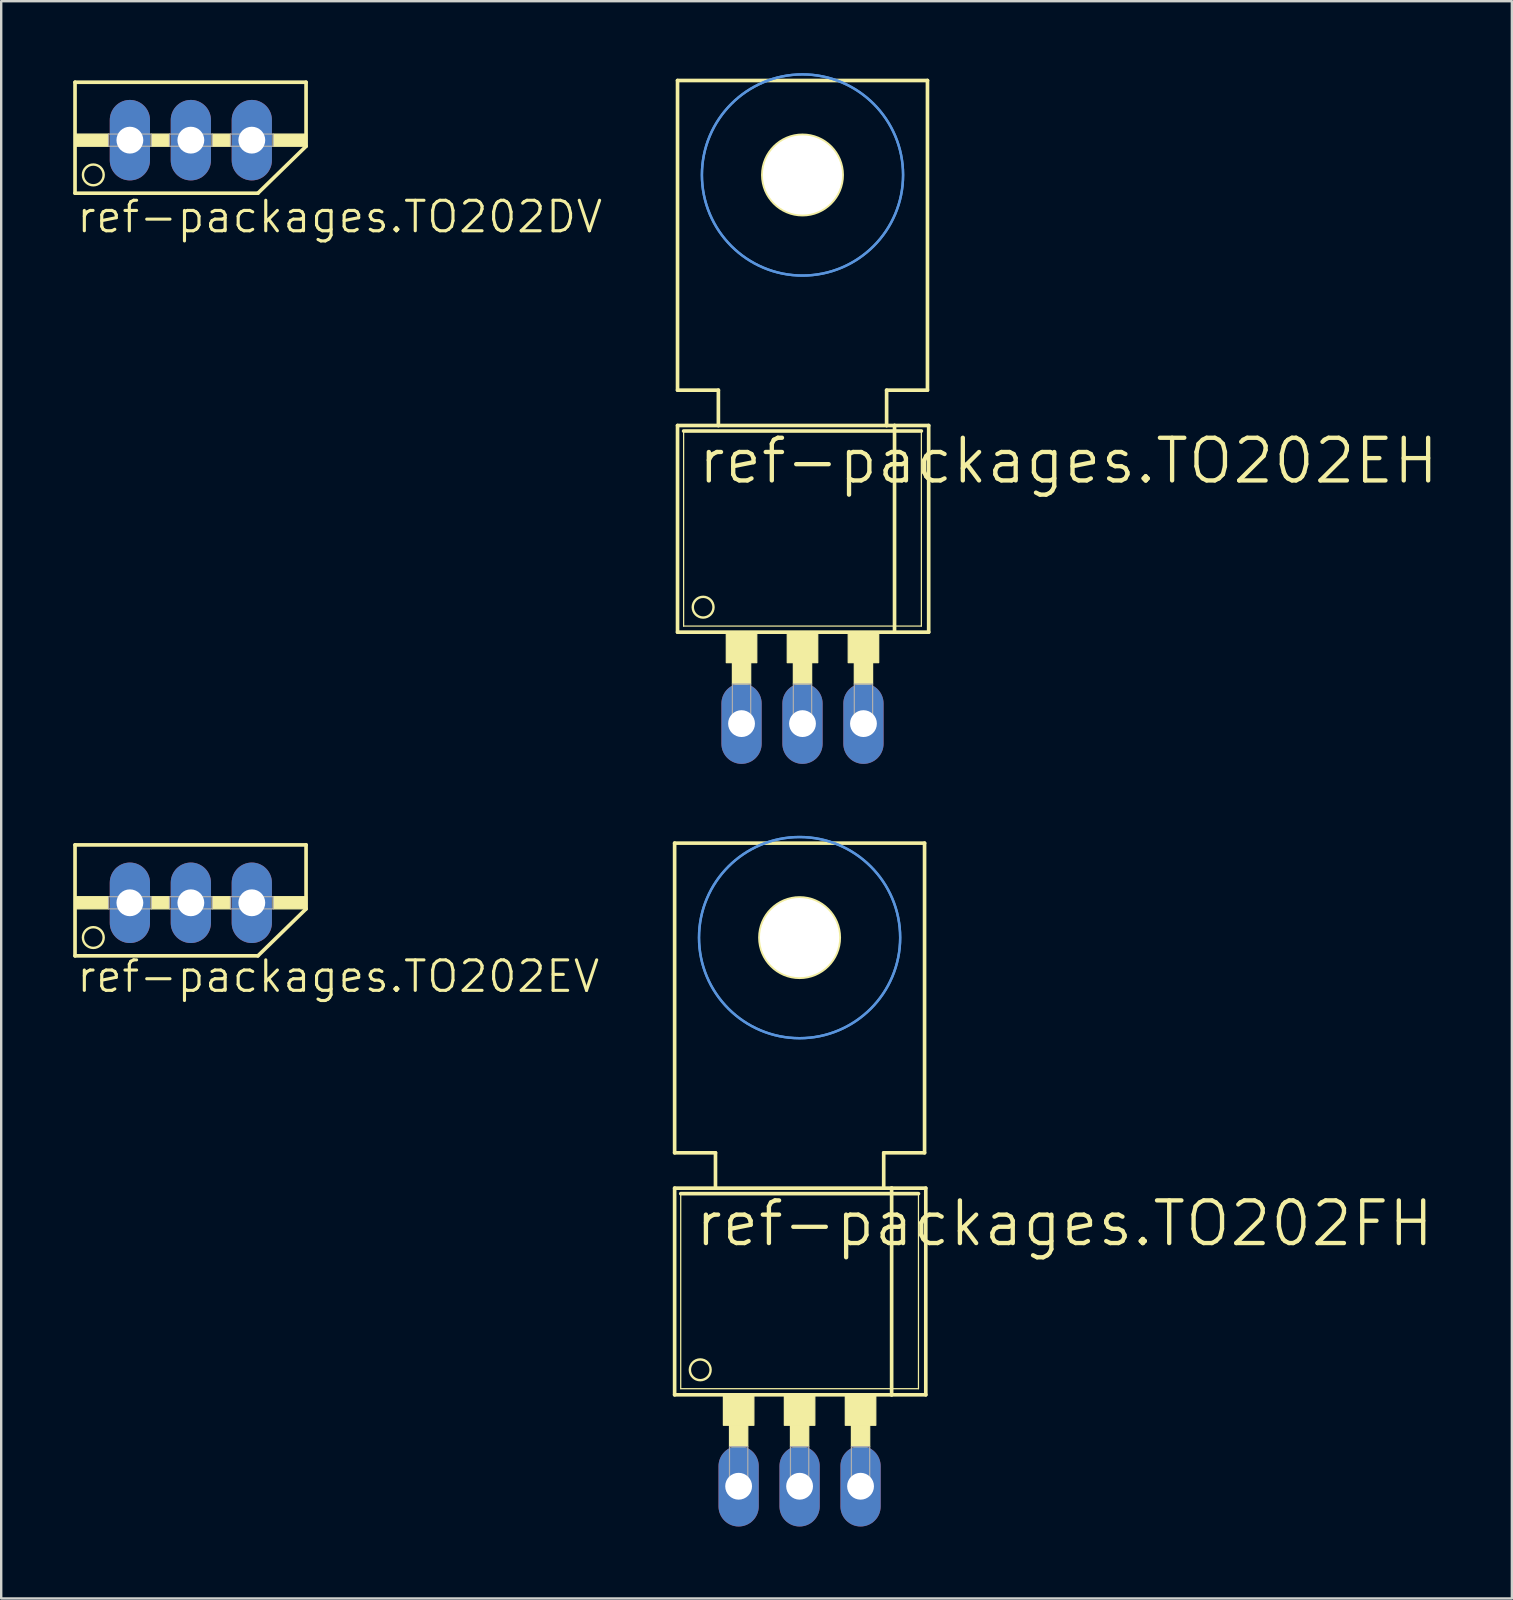
<source format=kicad_pcb>
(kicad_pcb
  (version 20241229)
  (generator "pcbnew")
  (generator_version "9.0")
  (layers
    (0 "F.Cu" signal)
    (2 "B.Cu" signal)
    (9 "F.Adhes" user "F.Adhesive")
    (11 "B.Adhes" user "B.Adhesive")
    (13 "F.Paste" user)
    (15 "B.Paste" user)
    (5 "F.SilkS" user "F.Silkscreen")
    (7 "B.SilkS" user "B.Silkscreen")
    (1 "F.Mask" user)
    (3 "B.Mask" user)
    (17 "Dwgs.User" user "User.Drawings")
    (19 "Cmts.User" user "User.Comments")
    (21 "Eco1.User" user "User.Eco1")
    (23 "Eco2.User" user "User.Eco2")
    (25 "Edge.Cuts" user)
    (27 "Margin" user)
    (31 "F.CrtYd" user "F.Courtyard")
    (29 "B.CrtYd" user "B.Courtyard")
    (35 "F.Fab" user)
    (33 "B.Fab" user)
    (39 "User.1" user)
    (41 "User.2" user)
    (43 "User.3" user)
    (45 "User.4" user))
  (footprint "ref-packages.TO202DV"
    (layer "F.Cu")
    (at 4.902 0.25)
    (property "Reference" "ref-packages.TO202DV" (at -4.826 6.477 0) (layer "F.SilkS") (effects (font (size 1.27 1.27) (thickness 0.13)) (justify left bottom)))
    (attr through_hole)
    (fp_line (start -4.826 0.127) (end 4.801 0.127) (stroke (width 0.152) (type default)) (layer "F.SilkS"))
    (fp_line (start -4.826 4.75) (end -4.826 0.127) (stroke (width 0.152) (type default)) (layer "F.SilkS"))
    (fp_line (start -4.826 4.75) (end 2.794 4.75) (stroke (width 0.152) (type default)) (layer "F.SilkS"))
    (fp_line (start 2.794 4.75) (end 4.801 2.794) (stroke (width 0.152) (type default)) (layer "F.SilkS"))
    (fp_line (start 4.801 0.127) (end 4.801 2.794) (stroke (width 0.152) (type default)) (layer "F.SilkS"))
    (fp_rect (start -4.826 2.794) (end -3.429 2.286) (stroke (width 0.05) (type default)) (fill yes) (layer "F.SilkS"))
    (fp_rect (start -1.651 2.794) (end -0.889 2.286) (stroke (width 0.05) (type default)) (fill yes) (layer "F.SilkS"))
    (fp_rect (start 0.889 2.794) (end 1.651 2.286) (stroke (width 0.05) (type default)) (fill yes) (layer "F.SilkS"))
    (fp_rect (start 3.429 2.794) (end 4.826 2.286) (stroke (width 0.05) (type default)) (fill yes) (layer "F.SilkS"))
    (fp_circle (center -4.064 3.988) (end -3.632 3.988) (stroke (width 0.1) (type default)) (fill no) (layer "F.SilkS"))
    (fp_rect (start -3.429 2.794) (end -1.651 2.286) (stroke (width 0.05) (type default)) (fill no) (layer "F.Fab"))
    (fp_rect (start -0.889 2.794) (end 0.889 2.286) (stroke (width 0.05) (type default)) (fill no) (layer "F.Fab"))
    (fp_rect (start 1.651 2.794) (end 3.429 2.286) (stroke (width 0.05) (type default)) (fill no) (layer "F.Fab"))
    (pad "B" thru_hole oval (at 2.54 2.54 90) (size 3.353 1.676) (drill 1.118) (layers "*.Cu" "*.Mask"))
    (pad "C" thru_hole oval (at 0 2.54 90) (size 3.353 1.676) (drill 1.118) (layers "*.Cu" "*.Mask"))
    (pad "E" thru_hole oval (at -2.54 2.54 90) (size 3.353 1.676) (drill 1.118) (layers "*.Cu" "*.Mask")))
  (footprint "ref-packages.TO202EV"
    (layer "F.Cu")
    (at 4.902 32.027)
    (property "Reference" "ref-packages.TO202EV" (at -4.826 6.35 0) (layer "F.SilkS") (effects (font (size 1.27 1.27) (thickness 0.13)) (justify left bottom)))
    (attr through_hole)
    (fp_line (start -4.826 0.127) (end 4.801 0.127) (stroke (width 0.152) (type default)) (layer "F.SilkS"))
    (fp_line (start -4.826 4.75) (end -4.826 0.127) (stroke (width 0.152) (type default)) (layer "F.SilkS"))
    (fp_line (start -4.826 4.75) (end 2.794 4.75) (stroke (width 0.152) (type default)) (layer "F.SilkS"))
    (fp_line (start 2.794 4.75) (end 4.801 2.794) (stroke (width 0.152) (type default)) (layer "F.SilkS"))
    (fp_line (start 4.801 0.127) (end 4.801 2.794) (stroke (width 0.152) (type default)) (layer "F.SilkS"))
    (fp_rect (start -4.826 2.794) (end -3.429 2.286) (stroke (width 0.05) (type default)) (fill yes) (layer "F.SilkS"))
    (fp_rect (start -1.651 2.794) (end -0.889 2.286) (stroke (width 0.05) (type default)) (fill yes) (layer "F.SilkS"))
    (fp_rect (start 0.889 2.794) (end 1.651 2.286) (stroke (width 0.05) (type default)) (fill yes) (layer "F.SilkS"))
    (fp_rect (start 3.429 2.794) (end 4.826 2.286) (stroke (width 0.05) (type default)) (fill yes) (layer "F.SilkS"))
    (fp_circle (center -4.064 3.988) (end -3.632 3.988) (stroke (width 0.1) (type default)) (fill no) (layer "F.SilkS"))
    (fp_rect (start -3.429 2.794) (end -1.651 2.286) (stroke (width 0.05) (type default)) (fill no) (layer "F.Fab"))
    (fp_rect (start -0.889 2.794) (end 0.889 2.286) (stroke (width 0.05) (type default)) (fill no) (layer "F.Fab"))
    (fp_rect (start 1.651 2.794) (end 3.429 2.286) (stroke (width 0.05) (type default)) (fill no) (layer "F.Fab"))
    (pad "D" thru_hole oval (at 0 2.54 90) (size 3.353 1.676) (drill 1.118) (layers "*.Cu" "*.Mask"))
    (pad "G" thru_hole oval (at 2.54 2.54 90) (size 3.353 1.676) (drill 1.118) (layers "*.Cu" "*.Mask"))
    (pad "S" thru_hole oval (at -2.54 2.54 90) (size 3.353 1.676) (drill 1.118) (layers "*.Cu" "*.Mask")))
  (footprint "ref-packages.TO202FH"
    (layer "F.Cu")
    (at 30.267 53.798)
    (property "Reference" "ref-packages.TO202FH" (at -4.445 -4.826 0) (layer "F.SilkS") (effects (font (size 1.778 1.778) (thickness 0.18)) (justify left bottom)))
    (attr through_hole)
    (fp_line (start -5.207 -21.717) (end -5.207 -8.814) (stroke (width 0.152) (type default)) (layer "F.SilkS"))
    (fp_line (start -5.207 -7.341) (end -3.505 -7.341) (stroke (width 0.152) (type default)) (layer "F.SilkS"))
    (fp_line (start -5.207 1.27) (end -5.207 -7.341) (stroke (width 0.152) (type default)) (layer "F.SilkS"))
    (fp_line (start -5.207 1.27) (end 3.835 1.27) (stroke (width 0.152) (type default)) (layer "F.SilkS"))
    (fp_line (start -4.953 1.016) (end -4.953 -7.112) (stroke (width 0.051) (type default)) (layer "F.SilkS"))
    (fp_line (start -4.953 1.016) (end 4.953 1.016) (stroke (width 0.051) (type default)) (layer "F.SilkS"))
    (fp_line (start -3.505 -8.814) (end -5.207 -8.814) (stroke (width 0.152) (type default)) (layer "F.SilkS"))
    (fp_line (start -3.505 -7.341) (end -3.505 -8.814) (stroke (width 0.152) (type default)) (layer "F.SilkS"))
    (fp_line (start -3.505 -7.341) (end 3.505 -7.341) (stroke (width 0.152) (type default)) (layer "F.SilkS"))
    (fp_line (start 3.505 -8.814) (end 3.505 -7.341) (stroke (width 0.152) (type default)) (layer "F.SilkS"))
    (fp_line (start 3.505 -7.341) (end 3.835 -7.341) (stroke (width 0.152) (type default)) (layer "F.SilkS"))
    (fp_line (start 3.835 -7.341) (end 5.258 -7.341) (stroke (width 0.152) (type default)) (layer "F.SilkS"))
    (fp_line (start 3.835 1.27) (end 3.835 -7.341) (stroke (width 0.152) (type default)) (layer "F.SilkS"))
    (fp_line (start 3.835 1.27) (end 5.258 1.27) (stroke (width 0.152) (type default)) (layer "F.SilkS"))
    (fp_line (start 4.953 -7.112) (end -4.953 -7.112) (stroke (width 0.152) (type default)) (layer "F.SilkS"))
    (fp_line (start 4.953 -7.112) (end 4.953 1.016) (stroke (width 0.051) (type default)) (layer "F.SilkS"))
    (fp_line (start 5.207 -21.717) (end -5.207 -21.717) (stroke (width 0.152) (type default)) (layer "F.SilkS"))
    (fp_line (start 5.207 -21.717) (end 5.207 -8.814) (stroke (width 0.152) (type default)) (layer "F.SilkS"))
    (fp_line (start 5.207 -8.814) (end 3.505 -8.814) (stroke (width 0.152) (type default)) (layer "F.SilkS"))
    (fp_line (start 5.258 1.27) (end 5.258 -7.341) (stroke (width 0.152) (type default)) (layer "F.SilkS"))
    (fp_rect (start -3.175 2.54) (end -1.905 1.27) (stroke (width 0.05) (type default)) (fill yes) (layer "F.SilkS"))
    (fp_rect (start -2.921 3.429) (end -2.159 2.54) (stroke (width 0.05) (type default)) (fill yes) (layer "F.SilkS"))
    (fp_rect (start -0.635 2.54) (end 0.635 1.27) (stroke (width 0.05) (type default)) (fill yes) (layer "F.SilkS"))
    (fp_rect (start -0.381 3.429) (end 0.381 2.54) (stroke (width 0.05) (type default)) (fill yes) (layer "F.SilkS"))
    (fp_rect (start 1.905 2.54) (end 3.175 1.27) (stroke (width 0.05) (type default)) (fill yes) (layer "F.SilkS"))
    (fp_rect (start 2.159 3.429) (end 2.921 2.54) (stroke (width 0.05) (type default)) (fill yes) (layer "F.SilkS"))
    (fp_circle (center -4.14 0.229) (end -3.708 0.229) (stroke (width 0.1) (type default)) (fill no) (layer "F.SilkS"))
    (fp_circle (center 0 -17.78) (end 1.651 -17.78) (stroke (width 0.152) (type default)) (fill no) (layer "F.SilkS"))
    (fp_circle (center 0 -17.78) (end 4.191 -17.78) (stroke (width 0.1) (type default)) (fill no) (layer "Cmts.User"))
    (fp_circle (center 0 -17.78) (end 4.191 -17.78) (stroke (width 0.1) (type default)) (fill no) (layer "Cmts.User"))
    (fp_rect (start -2.921 5.207) (end -2.159 3.429) (stroke (width 0.05) (type default)) (fill no) (layer "F.Fab"))
    (fp_rect (start -0.381 5.207) (end 0.381 3.429) (stroke (width 0.05) (type default)) (fill no) (layer "F.Fab"))
    (fp_rect (start 2.159 5.207) (end 2.921 3.429) (stroke (width 0.05) (type default)) (fill no) (layer "F.Fab"))
    (pad "" np_thru_hole circle (at 0 -17.78) (size 3.302 3.302) (drill 3.302) (layers "*.Cu" "*.Mask"))
    (pad "D" thru_hole oval (at 0 5.08 90) (size 3.353 1.676) (drill 1.118) (layers "*.Cu" "*.Mask"))
    (pad "G" thru_hole oval (at -2.54 5.08 90) (size 3.353 1.676) (drill 1.118) (layers "*.Cu" "*.Mask"))
    (pad "S" thru_hole oval (at 2.54 5.08 90) (size 3.353 1.676) (drill 1.118) (layers "*.Cu" "*.Mask")))
  (footprint "ref-packages.TO202EH"
    (layer "F.Cu")
    (at 30.388 22.021)
    (property "Reference" "ref-packages.TO202EH" (at -4.445 -4.826 0) (layer "F.SilkS") (effects (font (size 1.778 1.778) (thickness 0.18)) (justify left bottom)))
    (attr through_hole)
    (fp_line (start -5.207 -21.717) (end -5.207 -8.814) (stroke (width 0.152) (type default)) (layer "F.SilkS"))
    (fp_line (start -5.207 -7.341) (end -3.505 -7.341) (stroke (width 0.152) (type default)) (layer "F.SilkS"))
    (fp_line (start -5.207 1.27) (end -5.207 -7.341) (stroke (width 0.152) (type default)) (layer "F.SilkS"))
    (fp_line (start -5.207 1.27) (end 3.835 1.27) (stroke (width 0.152) (type default)) (layer "F.SilkS"))
    (fp_line (start -4.953 1.016) (end -4.953 -7.112) (stroke (width 0.051) (type default)) (layer "F.SilkS"))
    (fp_line (start -4.953 1.016) (end 4.953 1.016) (stroke (width 0.051) (type default)) (layer "F.SilkS"))
    (fp_line (start -3.505 -8.814) (end -5.207 -8.814) (stroke (width 0.152) (type default)) (layer "F.SilkS"))
    (fp_line (start -3.505 -7.341) (end -3.505 -8.814) (stroke (width 0.152) (type default)) (layer "F.SilkS"))
    (fp_line (start -3.505 -7.341) (end 3.505 -7.341) (stroke (width 0.152) (type default)) (layer "F.SilkS"))
    (fp_line (start 3.505 -8.814) (end 3.505 -7.341) (stroke (width 0.152) (type default)) (layer "F.SilkS"))
    (fp_line (start 3.505 -7.341) (end 3.835 -7.341) (stroke (width 0.152) (type default)) (layer "F.SilkS"))
    (fp_line (start 3.835 -7.341) (end 5.258 -7.341) (stroke (width 0.152) (type default)) (layer "F.SilkS"))
    (fp_line (start 3.835 1.27) (end 3.835 -7.341) (stroke (width 0.152) (type default)) (layer "F.SilkS"))
    (fp_line (start 3.835 1.27) (end 5.258 1.27) (stroke (width 0.152) (type default)) (layer "F.SilkS"))
    (fp_line (start 4.953 -7.112) (end -4.953 -7.112) (stroke (width 0.152) (type default)) (layer "F.SilkS"))
    (fp_line (start 4.953 -7.112) (end 4.953 1.016) (stroke (width 0.051) (type default)) (layer "F.SilkS"))
    (fp_line (start 5.207 -21.717) (end -5.207 -21.717) (stroke (width 0.152) (type default)) (layer "F.SilkS"))
    (fp_line (start 5.207 -21.717) (end 5.207 -8.814) (stroke (width 0.152) (type default)) (layer "F.SilkS"))
    (fp_line (start 5.207 -8.814) (end 3.505 -8.814) (stroke (width 0.152) (type default)) (layer "F.SilkS"))
    (fp_line (start 5.258 1.27) (end 5.258 -7.341) (stroke (width 0.152) (type default)) (layer "F.SilkS"))
    (fp_rect (start -3.175 2.54) (end -1.905 1.27) (stroke (width 0.05) (type default)) (fill yes) (layer "F.SilkS"))
    (fp_rect (start -2.921 3.429) (end -2.159 2.54) (stroke (width 0.05) (type default)) (fill yes) (layer "F.SilkS"))
    (fp_rect (start -0.635 2.54) (end 0.635 1.27) (stroke (width 0.05) (type default)) (fill yes) (layer "F.SilkS"))
    (fp_rect (start -0.381 3.429) (end 0.381 2.54) (stroke (width 0.05) (type default)) (fill yes) (layer "F.SilkS"))
    (fp_rect (start 1.905 2.54) (end 3.175 1.27) (stroke (width 0.05) (type default)) (fill yes) (layer "F.SilkS"))
    (fp_rect (start 2.159 3.429) (end 2.921 2.54) (stroke (width 0.05) (type default)) (fill yes) (layer "F.SilkS"))
    (fp_circle (center -4.14 0.229) (end -3.708 0.229) (stroke (width 0.1) (type default)) (fill no) (layer "F.SilkS"))
    (fp_circle (center 0 -17.78) (end 1.651 -17.78) (stroke (width 0.152) (type default)) (fill no) (layer "F.SilkS"))
    (fp_circle (center 0 -17.78) (end 4.191 -17.78) (stroke (width 0.1) (type default)) (fill no) (layer "Cmts.User"))
    (fp_circle (center 0 -17.78) (end 4.191 -17.78) (stroke (width 0.1) (type default)) (fill no) (layer "Cmts.User"))
    (fp_rect (start -2.921 5.207) (end -2.159 3.429) (stroke (width 0.05) (type default)) (fill no) (layer "F.Fab"))
    (fp_rect (start -0.381 5.207) (end 0.381 3.429) (stroke (width 0.05) (type default)) (fill no) (layer "F.Fab"))
    (fp_rect (start 2.159 5.207) (end 2.921 3.429) (stroke (width 0.05) (type default)) (fill no) (layer "F.Fab"))
    (pad "" np_thru_hole circle (at 0 -17.78) (size 3.302 3.302) (drill 3.302) (layers "*.Cu" "*.Mask"))
    (pad "D" thru_hole oval (at 0 5.08 90) (size 3.353 1.676) (drill 1.118) (layers "*.Cu" "*.Mask"))
    (pad "G" thru_hole oval (at 2.54 5.08 90) (size 3.353 1.676) (drill 1.118) (layers "*.Cu" "*.Mask"))
    (pad "S" thru_hole oval (at -2.54 5.08 90) (size 3.353 1.676) (drill 1.118) (layers "*.Cu" "*.Mask")))
  (gr_rect
    (start -3 -3)
    (end 59.946 63.555)
    (stroke (width 0.1) (type default))
    (fill no)
    (layer "Edge.Cuts")))
</source>
